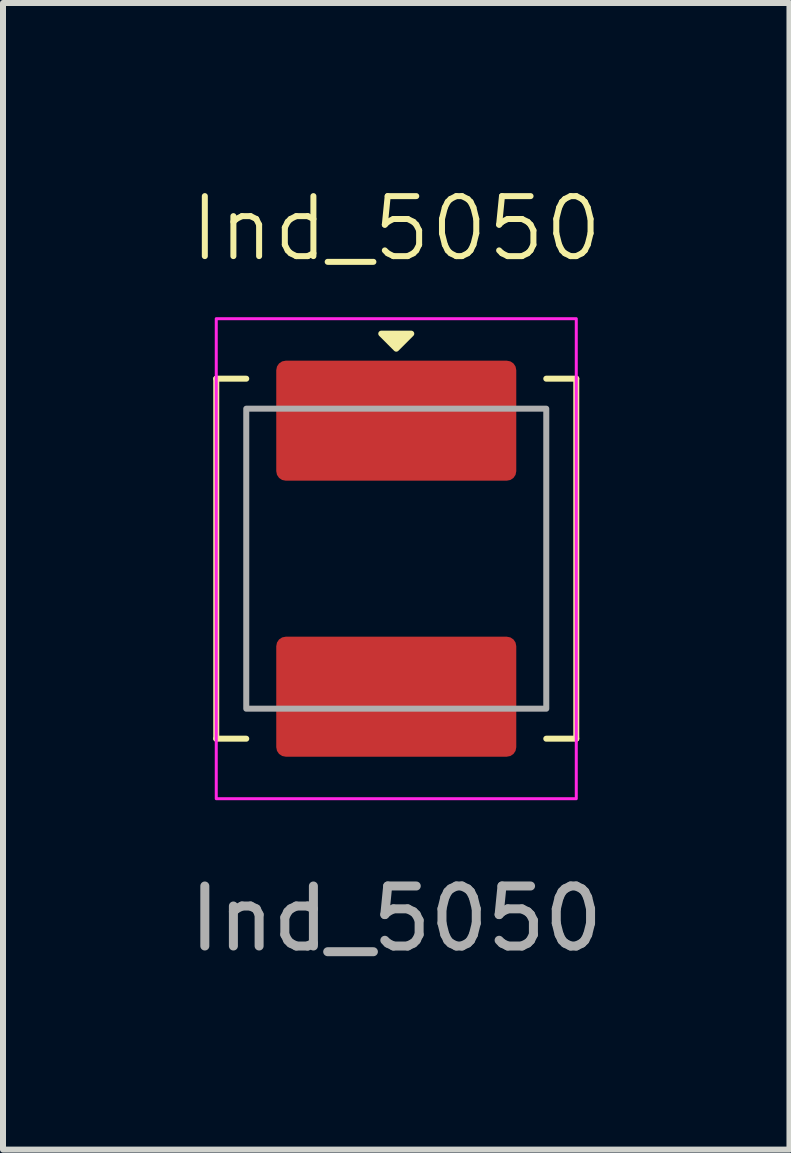
<source format=kicad_pcb>
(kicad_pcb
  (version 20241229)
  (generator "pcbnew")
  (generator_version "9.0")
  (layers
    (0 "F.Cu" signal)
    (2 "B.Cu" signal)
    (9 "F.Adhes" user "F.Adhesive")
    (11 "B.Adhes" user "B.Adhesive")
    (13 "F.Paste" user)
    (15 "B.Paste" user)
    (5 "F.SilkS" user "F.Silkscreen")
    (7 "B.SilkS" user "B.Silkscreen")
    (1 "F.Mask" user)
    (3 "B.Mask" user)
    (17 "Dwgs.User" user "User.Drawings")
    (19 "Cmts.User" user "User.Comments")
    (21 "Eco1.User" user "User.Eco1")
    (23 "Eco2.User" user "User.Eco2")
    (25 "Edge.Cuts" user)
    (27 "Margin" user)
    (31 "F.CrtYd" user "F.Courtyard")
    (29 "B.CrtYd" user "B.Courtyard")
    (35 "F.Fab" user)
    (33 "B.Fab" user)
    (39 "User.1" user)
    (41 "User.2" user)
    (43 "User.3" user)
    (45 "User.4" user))
  (footprint "Ind_5050"
    (layer "F.Cu")
    (at 3.554 6.261)
    (property "Reference" "Ind_5050" (at 0 -5.5 0) (unlocked yes) (layer "F.SilkS") (effects (font (size 1 1) (thickness 0.1))))
    (attr smd)
    (fp_line (start -3 -3) (end -2.5 -3) (stroke (width 0.1) (type default)) (layer "F.SilkS"))
    (fp_line (start -3 3) (end -3 -3) (stroke (width 0.1) (type default)) (layer "F.SilkS"))
    (fp_line (start -2.5 3) (end -3 3) (stroke (width 0.1) (type default)) (layer "F.SilkS"))
    (fp_line (start 2.5 -3) (end 3 -3) (stroke (width 0.1) (type default)) (layer "F.SilkS"))
    (fp_line (start 3 -3) (end 3 3) (stroke (width 0.1) (type default)) (layer "F.SilkS"))
    (fp_line (start 3 3) (end 2.5 3) (stroke (width 0.1) (type default)) (layer "F.SilkS"))
    (fp_poly (pts (xy 0 -3.5) (xy -0.25 -3.75) (xy 0.25 -3.75)) (stroke (width 0.1) (type solid)) (fill yes) (layer "F.SilkS"))
    (fp_rect (start -3 -4) (end 3 4) (stroke (width 0.05) (type default)) (fill no) (layer "F.CrtYd"))
    (fp_rect (start -2.5 -2.5) (end 2.5 2.5) (stroke (width 0.1) (type default)) (fill no) (layer "F.Fab"))
    (fp_text user "${REFERENCE}" (at 0 6 0) (unlocked yes) (layer "F.Fab") (effects (font (size 1 1) (thickness 0.15))))
    (pad "1" smd roundrect (at 0 -2.3) (size 4 2) (layers "F.Cu" "F.Mask" "F.Paste") (roundrect_rratio 0.079))
    (pad "2" smd roundrect (at 0 2.3) (size 4 2) (layers "F.Cu" "F.Mask" "F.Paste") (roundrect_rratio 0.079)))
  (gr_rect
    (start -3 -3)
    (end 10.107 16.109)
    (stroke (width 0.1) (type default))
    (fill no)
    (layer "Edge.Cuts")))
</source>
